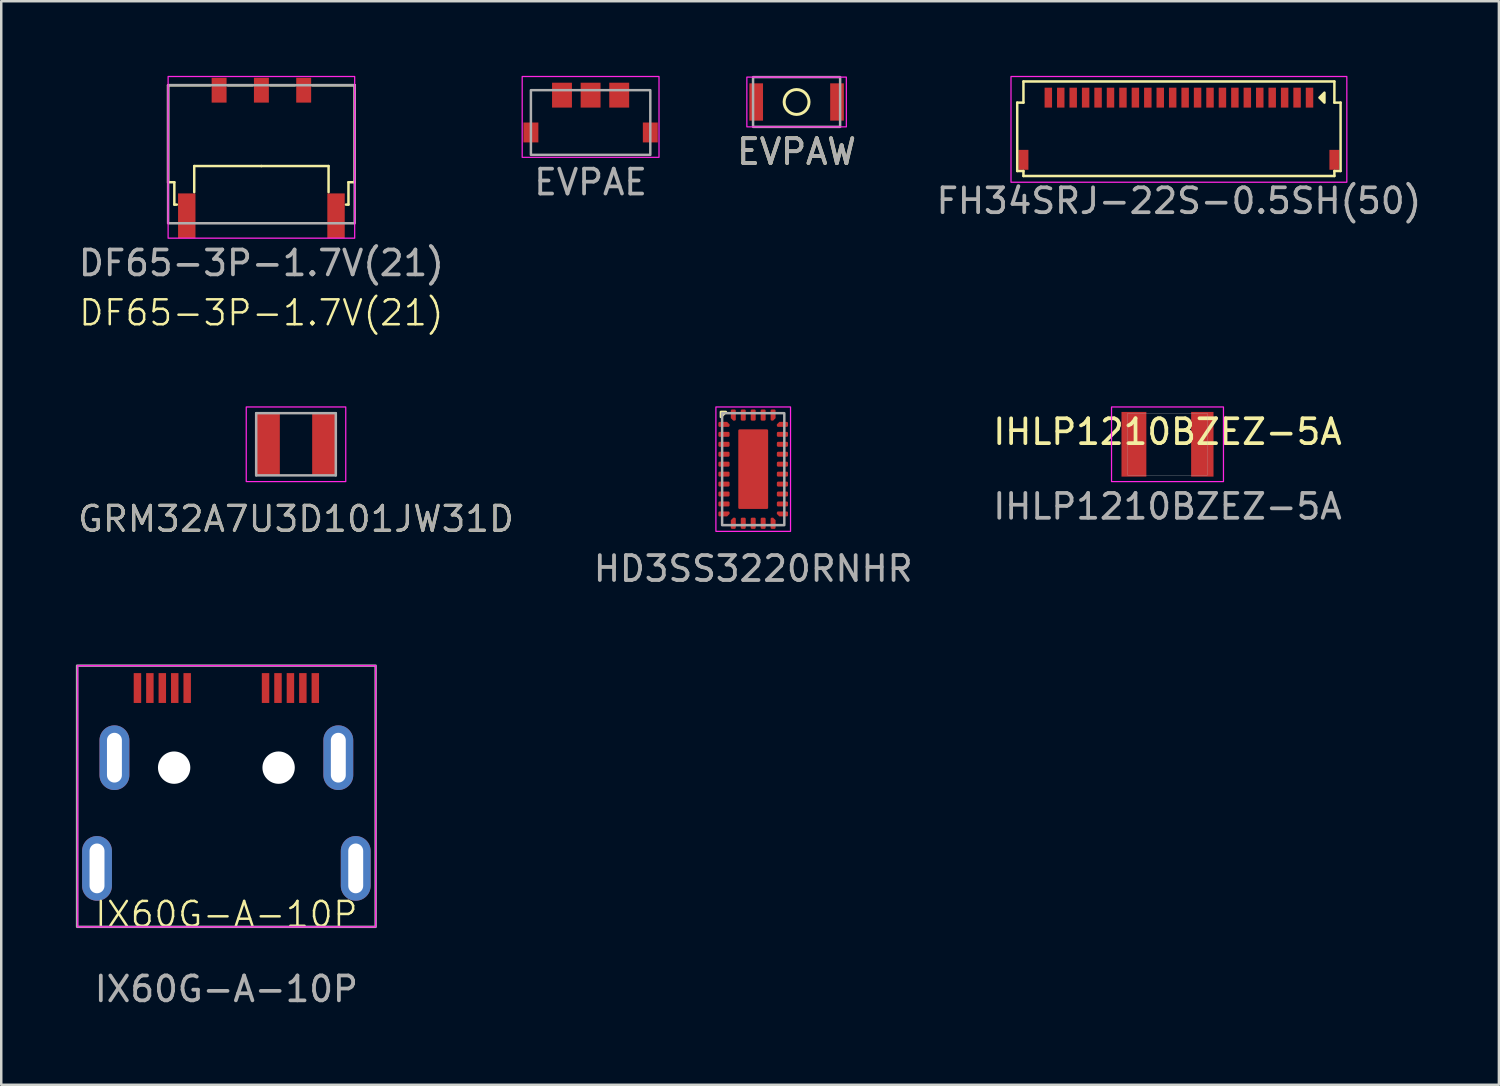
<source format=kicad_pcb>
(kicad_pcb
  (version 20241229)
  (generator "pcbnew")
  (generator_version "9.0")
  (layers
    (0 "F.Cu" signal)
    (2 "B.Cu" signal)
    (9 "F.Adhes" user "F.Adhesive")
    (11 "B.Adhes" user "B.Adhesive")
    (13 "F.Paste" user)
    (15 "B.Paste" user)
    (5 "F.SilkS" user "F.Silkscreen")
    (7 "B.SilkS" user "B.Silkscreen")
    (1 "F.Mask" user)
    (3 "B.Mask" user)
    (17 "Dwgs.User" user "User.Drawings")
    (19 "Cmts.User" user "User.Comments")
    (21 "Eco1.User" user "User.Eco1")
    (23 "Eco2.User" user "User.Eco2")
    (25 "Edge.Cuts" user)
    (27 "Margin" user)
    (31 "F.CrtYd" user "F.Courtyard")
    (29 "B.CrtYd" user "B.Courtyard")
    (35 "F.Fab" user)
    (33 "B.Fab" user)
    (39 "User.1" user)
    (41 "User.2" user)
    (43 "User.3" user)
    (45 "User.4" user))
  (footprint "GRM32A7U3D101JW31D"
    (layer "F.Cu")
    (at 8.849 14.81)
    (property "Reference" "GRM32A7U3D101JW31D" (at 0 3 0) (layer "F.SilkS") (effects (font (size 1 1) (thickness 0.125))))
    (attr smd)
    (fp_rect (start -2 -1.5) (end 2 1.5) (stroke (width 0.05) (type default)) (fill no) (layer "F.CrtYd"))
    (fp_line (start -1.6 -1.25) (end 1.6 -1.25) (stroke (width 0.1) (type solid)) (layer "F.Fab"))
    (fp_line (start -1.6 1.25) (end -1.6 -1.25) (stroke (width 0.1) (type solid)) (layer "F.Fab"))
    (fp_line (start 1.6 -1.25) (end 1.6 1.25) (stroke (width 0.1) (type solid)) (layer "F.Fab"))
    (fp_line (start 1.6 1.25) (end -1.6 1.25) (stroke (width 0.1) (type solid)) (layer "F.Fab"))
    (fp_text user "${REFERENCE}" (at 0 3 0) (layer "F.Fab") (effects (font (size 1 1) (thickness 0.125))))
    (pad "1" smd rect (at -1.15 0) (size 1 2.5) (layers "F.Cu" "F.Mask" "F.Paste"))
    (pad "2" smd rect (at 1.15 0) (size 1 2.5) (layers "F.Cu" "F.Mask" "F.Paste")))
  (footprint "FH34SRJ-22S-0.5SH(50)"
    (layer "F.Cu")
    (at 44.342 4.025)
    (property "Reference" "FH34SRJ-22S-0.5SH(50)" (at 0 1 0) (unlocked yes) (layer "F.SilkS") (effects (font (size 1 1) (thickness 0.1))))
    (attr smd)
    (fp_line (start -6.5 -2.95) (end -6.5 -0.2) (stroke (width 0.1) (type default)) (layer "F.SilkS"))
    (fp_line (start -6.25 -3.8) (end -6.25 -2.95) (stroke (width 0.1) (type default)) (layer "F.SilkS"))
    (fp_line (start -6.25 -3.8) (end 6.25 -3.8) (stroke (width 0.1) (type default)) (layer "F.SilkS"))
    (fp_line (start -6.25 -2.95) (end -6.5 -2.95) (stroke (width 0.1) (type default)) (layer "F.SilkS"))
    (fp_line (start -6.25 -0.2) (end -6.5 -0.2) (stroke (width 0.1) (type default)) (layer "F.SilkS"))
    (fp_line (start -6.25 -0.2) (end -6.25 0) (stroke (width 0.1) (type default)) (layer "F.SilkS"))
    (fp_line (start -6.25 0) (end 6.25 0) (stroke (width 0.1) (type default)) (layer "F.SilkS"))
    (fp_line (start 6.25 -3.8) (end 6.25 -2.95) (stroke (width 0.1) (type default)) (layer "F.SilkS"))
    (fp_line (start 6.25 -2.95) (end 6.5 -2.95) (stroke (width 0.1) (type default)) (layer "F.SilkS"))
    (fp_line (start 6.25 -0.2) (end 6.5 -0.2) (stroke (width 0.1) (type default)) (layer "F.SilkS"))
    (fp_line (start 6.25 0) (end 6.25 -0.2) (stroke (width 0.1) (type default)) (layer "F.SilkS"))
    (fp_line (start 6.5 -2.95) (end 6.5 -0.2) (stroke (width 0.1) (type default)) (layer "F.SilkS"))
    (fp_poly (pts (xy 5.85 -2.95) (xy 5.65 -3.15) (xy 5.85 -3.35)) (stroke (width 0.1) (type solid)) (fill yes) (layer "F.SilkS"))
    (fp_rect (start -6.75 -4) (end 6.75 0.25) (stroke (width 0.05) (type default)) (fill no) (layer "F.CrtYd"))
    (fp_rect (start -6.5 -3.8) (end 6.5 0) (stroke (width 0.1) (type default)) (fill no) (layer "User.1"))
    (fp_text user "${REFERENCE}" (at 0 1 0) (unlocked yes) (layer "F.Fab") (effects (font (size 1 1) (thickness 0.15))))
    (pad "1" smd rect (at 5.25 -3.15 180) (size 0.3 0.8) (layers "F.Cu" "F.Mask" "F.Paste"))
    (pad "2" smd rect (at 4.75 -3.15 180) (size 0.3 0.8) (layers "F.Cu" "F.Mask" "F.Paste"))
    (pad "3" smd rect (at 4.25 -3.15 180) (size 0.3 0.8) (layers "F.Cu" "F.Mask" "F.Paste"))
    (pad "4" smd rect (at 3.75 -3.15 180) (size 0.3 0.8) (layers "F.Cu" "F.Mask" "F.Paste"))
    (pad "5" smd rect (at 3.25 -3.15 180) (size 0.3 0.8) (layers "F.Cu" "F.Mask" "F.Paste"))
    (pad "6" smd rect (at 2.75 -3.15 180) (size 0.3 0.8) (layers "F.Cu" "F.Mask" "F.Paste"))
    (pad "7" smd rect (at 2.25 -3.15 180) (size 0.3 0.8) (layers "F.Cu" "F.Mask" "F.Paste"))
    (pad "8" smd rect (at 1.75 -3.15 180) (size 0.3 0.8) (layers "F.Cu" "F.Mask" "F.Paste"))
    (pad "9" smd rect (at 1.25 -3.15 180) (size 0.3 0.8) (layers "F.Cu" "F.Mask" "F.Paste"))
    (pad "10" smd rect (at 0.75 -3.15 180) (size 0.3 0.8) (layers "F.Cu" "F.Mask" "F.Paste"))
    (pad "11" smd rect (at 0.25 -3.15 180) (size 0.3 0.8) (layers "F.Cu" "F.Mask" "F.Paste"))
    (pad "12" smd rect (at -0.25 -3.15 180) (size 0.3 0.8) (layers "F.Cu" "F.Mask" "F.Paste"))
    (pad "13" smd rect (at -0.75 -3.15 180) (size 0.3 0.8) (layers "F.Cu" "F.Mask" "F.Paste"))
    (pad "14" smd rect (at -1.25 -3.15 180) (size 0.3 0.8) (layers "F.Cu" "F.Mask" "F.Paste"))
    (pad "15" smd rect (at -1.75 -3.15 180) (size 0.3 0.8) (layers "F.Cu" "F.Mask" "F.Paste"))
    (pad "16" smd rect (at -2.25 -3.15 180) (size 0.3 0.8) (layers "F.Cu" "F.Mask" "F.Paste"))
    (pad "17" smd rect (at -2.75 -3.15 180) (size 0.3 0.8) (layers "F.Cu" "F.Mask" "F.Paste"))
    (pad "18" smd rect (at -3.25 -3.15 180) (size 0.3 0.8) (layers "F.Cu" "F.Mask" "F.Paste"))
    (pad "19" smd rect (at -3.75 -3.15 180) (size 0.3 0.8) (layers "F.Cu" "F.Mask" "F.Paste"))
    (pad "20" smd rect (at -4.25 -3.15 180) (size 0.3 0.8) (layers "F.Cu" "F.Mask" "F.Paste"))
    (pad "21" smd rect (at -4.75 -3.15 180) (size 0.3 0.8) (layers "F.Cu" "F.Mask" "F.Paste"))
    (pad "22" smd rect (at -5.25 -3.15 180) (size 0.3 0.8) (layers "F.Cu" "F.Mask" "F.Paste"))
    (pad "MP" smd rect (at -6.25 -0.65) (size 0.4 0.8) (layers "F.Cu" "F.Mask" "F.Paste"))
    (pad "MP" smd rect (at 6.25 -0.65) (size 0.4 0.8) (layers "F.Cu" "F.Mask" "F.Paste")))
  (footprint "HD3SS3220RNHR"
    (layer "F.Cu")
    (at 27.229 15.81)
    (property "Reference" "HD3SS3220RNHR" (at 0 4 0) (unlocked yes) (layer "F.SilkS") (effects (font (size 1 1) (thickness 0.1))))
    (attr smd)
    (fp_poly (pts (xy -1.3 -2.3) (xy -1.1 -2.3) (xy -1.3 -2.1)) (stroke (width 0.1) (type solid)) (fill yes) (layer "F.SilkS"))
    (fp_rect (start -1.5 -2.5) (end 1.5 2.5) (stroke (width 0.05) (type default)) (fill no) (layer "F.CrtYd"))
    (fp_rect (start -1.25 -2.25) (end 1.25 2.25) (stroke (width 0.1) (type default)) (fill no) (layer "F.Fab"))
    (fp_text user "${REFERENCE}" (at 0 4 0) (unlocked yes) (layer "F.Fab") (effects (font (size 1 1) (thickness 0.15))))
    (pad "1" smd roundrect (at -1.175 -1.8) (size 0.45 0.2) (layers "F.Cu" "F.Mask" "F.Paste") (roundrect_rratio 0.25) (chamfer_ratio 0.5) (chamfer top_right))
    (pad "2" smd roundrect (at -1.175 -1.4) (size 0.45 0.2) (layers "F.Cu" "F.Mask" "F.Paste") (roundrect_rratio 0.25))
    (pad "3" smd roundrect (at -1.175 -1) (size 0.45 0.2) (layers "F.Cu" "F.Mask" "F.Paste") (roundrect_rratio 0.25))
    (pad "4" smd roundrect (at -1.175 -0.6) (size 0.45 0.2) (layers "F.Cu" "F.Mask" "F.Paste") (roundrect_rratio 0.25))
    (pad "5" smd roundrect (at -1.175 -0.2) (size 0.45 0.2) (layers "F.Cu" "F.Mask" "F.Paste") (roundrect_rratio 0.25))
    (pad "6" smd roundrect (at -1.175 0.2) (size 0.45 0.2) (layers "F.Cu" "F.Mask" "F.Paste") (roundrect_rratio 0.25))
    (pad "7" smd roundrect (at -1.175 0.6) (size 0.45 0.2) (layers "F.Cu" "F.Mask" "F.Paste") (roundrect_rratio 0.25))
    (pad "8" smd roundrect (at -1.175 1) (size 0.45 0.2) (layers "F.Cu" "F.Mask" "F.Paste") (roundrect_rratio 0.25))
    (pad "9" smd roundrect (at -1.175 1.4) (size 0.45 0.2) (layers "F.Cu" "F.Mask" "F.Paste") (roundrect_rratio 0.25))
    (pad "10" smd roundrect (at -1.175 1.8) (size 0.45 0.2) (layers "F.Cu" "F.Mask" "F.Paste") (roundrect_rratio 0.25) (chamfer_ratio 0.5) (chamfer bottom_right))
    (pad "11" smd roundrect (at -0.8 2.175 90) (size 0.45 0.2) (layers "F.Cu" "F.Mask" "F.Paste") (roundrect_rratio 0.25) (chamfer_ratio 0.5) (chamfer top_right))
    (pad "12" smd roundrect (at -0.4 2.175 90) (size 0.45 0.2) (layers "F.Cu" "F.Mask" "F.Paste") (roundrect_rratio 0.25))
    (pad "13" smd roundrect (at 0 2.175 90) (size 0.45 0.2) (layers "F.Cu" "F.Mask" "F.Paste") (roundrect_rratio 0.25))
    (pad "14" smd roundrect (at 0.4 2.175 90) (size 0.45 0.2) (layers "F.Cu" "F.Mask" "F.Paste") (roundrect_rratio 0.25))
    (pad "15" smd roundrect (at 0.8 2.175 90) (size 0.45 0.2) (layers "F.Cu" "F.Mask" "F.Paste") (roundrect_rratio 0.25) (chamfer_ratio 0.5) (chamfer bottom_right))
    (pad "16" smd roundrect (at 1.175 1.8) (size 0.45 0.2) (layers "F.Cu" "F.Mask" "F.Paste") (roundrect_rratio 0.25) (chamfer_ratio 0.5) (chamfer bottom_left))
    (pad "17" smd roundrect (at 1.175 1.4) (size 0.45 0.2) (layers "F.Cu" "F.Mask" "F.Paste") (roundrect_rratio 0.25))
    (pad "18" smd roundrect (at 1.175 1) (size 0.45 0.2) (layers "F.Cu" "F.Mask" "F.Paste") (roundrect_rratio 0.25))
    (pad "19" smd roundrect (at 1.175 0.6) (size 0.45 0.2) (layers "F.Cu" "F.Mask" "F.Paste") (roundrect_rratio 0.25))
    (pad "20" smd roundrect (at 1.175 0.2) (size 0.45 0.2) (layers "F.Cu" "F.Mask" "F.Paste") (roundrect_rratio 0.25))
    (pad "21" smd roundrect (at 1.175 -0.2) (size 0.45 0.2) (layers "F.Cu" "F.Mask" "F.Paste") (roundrect_rratio 0.25))
    (pad "22" smd roundrect (at 1.175 -0.6) (size 0.45 0.2) (layers "F.Cu" "F.Mask" "F.Paste") (roundrect_rratio 0.25))
    (pad "23" smd roundrect (at 1.175 -1) (size 0.45 0.2) (layers "F.Cu" "F.Mask" "F.Paste") (roundrect_rratio 0.25))
    (pad "24" smd roundrect (at 1.175 -1.4) (size 0.45 0.2) (layers "F.Cu" "F.Mask" "F.Paste") (roundrect_rratio 0.25))
    (pad "25" smd roundrect (at 1.175 -1.8) (size 0.45 0.2) (layers "F.Cu" "F.Mask" "F.Paste") (roundrect_rratio 0.25) (chamfer_ratio 0.5) (chamfer top_left))
    (pad "26" smd roundrect (at 0.8 -2.175 90) (size 0.45 0.2) (layers "F.Cu" "F.Mask" "F.Paste") (roundrect_rratio 0.25) (chamfer_ratio 0.5) (chamfer bottom_left))
    (pad "27" smd roundrect (at 0.4 -2.175 90) (size 0.45 0.2) (layers "F.Cu" "F.Mask" "F.Paste") (roundrect_rratio 0.25))
    (pad "28" smd roundrect (at 0 -2.175 90) (size 0.45 0.2) (layers "F.Cu" "F.Mask" "F.Paste") (roundrect_rratio 0.25))
    (pad "29" smd roundrect (at -0.4 -2.175 90) (size 0.45 0.2) (layers "F.Cu" "F.Mask" "F.Paste") (roundrect_rratio 0.25))
    (pad "30" smd roundrect (at -0.8 -2.175 90) (size 0.45 0.2) (layers "F.Cu" "F.Mask" "F.Paste") (roundrect_rratio 0.25) (chamfer_ratio 0.5) (chamfer top_left))
    (pad "31" smd roundrect (at 0 0) (size 1.2 3.2) (layers "F.Cu" "F.Mask" "F.Paste") (roundrect_rratio 0.042)))
  (footprint "EVPAW"
    (layer "F.Cu")
    (at 28.973 1.05)
    (property "Reference" "EVPAW" (at 0 2 0) (unlocked yes) (layer "F.SilkS") (effects (font (size 1 1) (thickness 0.15))))
    (attr smd)
    (fp_circle (center 0 0) (end 0.5 0) (stroke (width 0.12) (type solid)) (fill no) (layer "F.SilkS"))
    (fp_rect (start -2 -1) (end 2 1) (stroke (width 0.05) (type default)) (fill no) (layer "F.CrtYd"))
    (fp_rect (start -1.75 -1) (end 1.75 1) (stroke (width 0.1) (type solid)) (fill no) (layer "F.Fab"))
    (fp_text user "${REFERENCE}" (at 0 2 0) (unlocked yes) (layer "F.Fab") (effects (font (size 1 1) (thickness 0.15))))
    (pad "1" smd rect (at -1.625 0) (size 0.55 1.5) (layers "F.Cu" "F.Mask" "F.Paste"))
    (pad "2" smd rect (at 1.625 0) (size 0.55 1.5) (layers "F.Cu" "F.Mask" "F.Paste")))
  (footprint "DF65-3P-1.7V(21)"
    (layer "F.Cu")
    (at 7.458 6.525)
    (property "Reference" "DF65-3P-1.7V(21)" (at 0 3 0) (unlocked yes) (layer "F.SilkS") (effects (font (size 1 1) (thickness 0.1))))
    (attr smd)
    (fp_line (start -3.75 -6.15) (end -3.75 -2.25) (stroke (width 0.1) (type default)) (layer "F.SilkS"))
    (fp_line (start -3.5 -2.25) (end -3.75 -2.25) (stroke (width 0.1) (type default)) (layer "F.SilkS"))
    (fp_line (start -3.5 -1.35) (end -3.5 -2.25) (stroke (width 0.1) (type default)) (layer "F.SilkS"))
    (fp_line (start -3.5 -1.35) (end -3.4 -1.35) (stroke (width 0.1) (type default)) (layer "F.SilkS"))
    (fp_line (start -2.7 -1.85) (end -2.7 -2.9) (stroke (width 0.1) (type default)) (layer "F.SilkS"))
    (fp_line (start -2.05 -6.15) (end -3.75 -6.15) (stroke (width 0.1) (type default)) (layer "F.SilkS"))
    (fp_line (start -0.35 -6.15) (end -1.35 -6.15) (stroke (width 0.1) (type default)) (layer "F.SilkS"))
    (fp_line (start 0 -2.9) (end -2.7 -2.9) (stroke (width 0.1) (type default)) (layer "F.SilkS"))
    (fp_line (start 0 -2.9) (end 2.7 -2.9) (stroke (width 0.1) (type default)) (layer "F.SilkS"))
    (fp_line (start 1.35 -6.15) (end 0.35 -6.15) (stroke (width 0.1) (type default)) (layer "F.SilkS"))
    (fp_line (start 2.05 -6.15) (end 3.75 -6.15) (stroke (width 0.1) (type default)) (layer "F.SilkS"))
    (fp_line (start 2.7 -1.85) (end 2.7 -2.9) (stroke (width 0.1) (type default)) (layer "F.SilkS"))
    (fp_line (start 3.5 -2.25) (end 3.75 -2.25) (stroke (width 0.1) (type default)) (layer "F.SilkS"))
    (fp_line (start 3.5 -1.35) (end 3.4 -1.35) (stroke (width 0.1) (type default)) (layer "F.SilkS"))
    (fp_line (start 3.5 -1.35) (end 3.5 -2.25) (stroke (width 0.1) (type default)) (layer "F.SilkS"))
    (fp_line (start 3.75 -6.15) (end 3.75 -2.25) (stroke (width 0.1) (type default)) (layer "F.SilkS"))
    (fp_rect (start -3.75 -6.5) (end 3.75 0) (stroke (width 0.05) (type default)) (fill no) (layer "F.CrtYd"))
    (fp_rect (start -3.75 -6.15) (end 3.75 -0.6) (stroke (width 0.1) (type default)) (fill no) (layer "F.Fab"))
    (fp_text user "${REFERENCE}" (at 0 1 0) (unlocked yes) (layer "F.Fab") (effects (font (size 1 1) (thickness 0.15))))
    (pad "1" smd rect (at -1.7 -5.95) (size 0.6 1) (layers "F.Cu" "F.Mask" "F.Paste"))
    (pad "2" smd rect (at 0 -5.95) (size 0.6 1) (layers "F.Cu" "F.Mask" "F.Paste"))
    (pad "3" smd rect (at 1.7 -5.95) (size 0.6 1) (layers "F.Cu" "F.Mask" "F.Paste"))
    (pad "MP" smd rect (at -3 -0.9) (size 0.7 1.8) (layers "F.Cu" "F.Mask" "F.Paste"))
    (pad "MP" smd rect (at 3 -0.9) (size 0.7 1.8) (layers "F.Cu" "F.Mask" "F.Paste")))
  (footprint "IHLP1210BZEZ-5A"
    (layer "F.Cu")
    (at 43.883 14.81)
    (property "Reference" "IHLP1210BZEZ-5A" (at 0 -0.5 0) (unlocked yes) (layer "F.SilkS") (effects (font (size 1 1) (thickness 0.15))))
    (attr smd)
    (fp_rect (start -2.25 -1.5) (end 2.25 1.5) (stroke (width 0.05) (type default)) (fill no) (layer "F.CrtYd"))
    (fp_rect (start -1.6 -1.25) (end 1.6 1.25) (stroke (width 0.01) (type default)) (fill no) (layer "F.Fab"))
    (fp_text user "${REFERENCE}" (at 0 2.5 0) (unlocked yes) (layer "F.Fab") (effects (font (size 1 1) (thickness 0.15))))
    (pad "1" smd rect (at -1.35 0) (size 1 2.6) (layers "F.Cu" "F.Mask" "F.Paste"))
    (pad "2" smd rect (at 1.4 0) (size 0.9 2.6) (layers "F.Cu" "F.Mask" "F.Paste")))
  (footprint "IX60G-A-10P"
    (layer "F.Cu")
    (at 6.05 34.209)
    (property "Reference" "IX60G-A-10P" (at 0 -0.5 0) (unlocked yes) (layer "F.SilkS") (effects (font (size 1 1) (thickness 0.1))))
    (attr smd)
    (fp_rect (start -5.975 -10.5) (end 6 0) (stroke (width 0.05) (type default)) (fill no) (layer "F.CrtYd"))
    (fp_rect (start -6 -10.5) (end 6 0) (stroke (width 0.1) (type default)) (fill no) (layer "F.Fab"))
    (fp_text user "${REFERENCE}" (at 0 2.5 0) (unlocked yes) (layer "F.Fab") (effects (font (size 1 1) (thickness 0.15))))
    (pad "" np_thru_hole circle (at -2.1 -6.4) (size 1.3 1.3) (drill 1.3) (layers "*.Cu" "*.Mask"))
    (pad "" np_thru_hole circle (at 2.1 -6.4) (size 1.3 1.3) (drill 1.3) (layers "*.Cu" "*.Mask"))
    (pad "1" smd rect (at -1.575 -9.6) (size 0.3 1.2) (layers "F.Cu" "F.Mask" "F.Paste"))
    (pad "2" smd rect (at -2.075 -9.6) (size 0.3 1.2) (layers "F.Cu" "F.Mask" "F.Paste"))
    (pad "3" smd rect (at -2.575 -9.6) (size 0.3 1.2) (layers "F.Cu" "F.Mask" "F.Paste"))
    (pad "4" smd rect (at -3.075 -9.6) (size 0.3 1.2) (layers "F.Cu" "F.Mask" "F.Paste"))
    (pad "5" smd rect (at -3.575 -9.6) (size 0.3 1.2) (layers "F.Cu" "F.Mask" "F.Paste"))
    (pad "6" smd rect (at 1.575 -9.6) (size 0.3 1.2) (layers "F.Cu" "F.Mask" "F.Paste"))
    (pad "7" smd rect (at 2.075 -9.6) (size 0.3 1.2) (layers "F.Cu" "F.Mask" "F.Paste"))
    (pad "8" smd rect (at 2.575 -9.6) (size 0.3 1.2) (layers "F.Cu" "F.Mask" "F.Paste"))
    (pad "9" smd rect (at 3.075 -9.6) (size 0.3 1.2) (layers "F.Cu" "F.Mask" "F.Paste"))
    (pad "10" smd rect (at 3.575 -9.6) (size 0.3 1.2) (layers "F.Cu" "F.Mask" "F.Paste"))
    (pad "MP" thru_hole oval (at -5.2 -2.35) (size 1.2 2.6) (drill oval 0.6 2) (layers "*.Cu" "*.Mask"))
    (pad "MP" thru_hole oval (at -4.5 -6.8) (size 1.2 2.6) (drill oval 0.6 2) (layers "*.Cu" "*.Mask"))
    (pad "MP" thru_hole oval (at 4.5 -6.8) (size 1.2 2.6) (drill oval 0.6 2) (layers "*.Cu" "*.Mask"))
    (pad "MP" thru_hole oval (at 5.2 -2.35) (size 1.2 2.6) (drill oval 0.6 2) (layers "*.Cu" "*.Mask")))
  (footprint "EVPAE"
    (layer "F.Cu")
    (at 20.692 3.275)
    (property "Reference" "EVPAE" (at 0 3 0) (unlocked yes) (layer "User.1") (effects (font (size 1 1) (thickness 0.1))))
    (attr smd)
    (fp_rect (start -2.75 -3.25) (end 2.75 0) (stroke (width 0.05) (type default)) (fill no) (layer "F.CrtYd"))
    (fp_rect (start -2.4 -2.7) (end 2.4 -0.1) (stroke (width 0.1) (type default)) (fill no) (layer "F.Fab"))
    (fp_line (start -1.85 0) (end -2.4 0) (stroke (width 0.1) (type default)) (layer "User.2"))
    (fp_line (start -1.85 0) (end -1.85 -1.5) (stroke (width 0.1) (type default)) (layer "User.2"))
    (fp_line (start -1.55 -1.8) (end 1.55 -1.8) (stroke (width 0.1) (type default)) (layer "User.2"))
    (fp_line (start 1.85 -1.5) (end 1.85 0) (stroke (width 0.1) (type default)) (layer "User.2"))
    (fp_line (start 2.4 0) (end 1.85 0) (stroke (width 0.1) (type default)) (layer "User.2"))
    (fp_arc (start -1.85 -1.5) (mid -1.762132 -1.712132) (end -1.55 -1.8) (stroke (width 0.1) (type default)) (layer "User.2"))
    (fp_arc (start 1.55 -1.8) (mid 1.762132 -1.712132) (end 1.85 -1.5) (stroke (width 0.1) (type default)) (layer "User.2"))
    (fp_text user "${REFERENCE}" (at 0 1 0) (unlocked yes) (layer "F.Fab") (effects (font (size 1 1) (thickness 0.15))))
    (pad "1" smd rect (at -1.15 -2.5) (size 0.8 1) (layers "F.Cu" "F.Mask" "F.Paste"))
    (pad "1" smd rect (at 1.15 -2.5) (size 0.8 1) (layers "F.Cu" "F.Mask" "F.Paste"))
    (pad "2" smd rect (at 0 -2.5) (size 0.8 1) (layers "F.Cu" "F.Mask" "F.Paste"))
    (pad "MP1" smd rect (at -2.4 -1) (size 0.6 0.8) (layers "F.Cu" "F.Mask" "F.Paste"))
    (pad "MP2" smd rect (at 2.4 -1) (size 0.6 0.8) (layers "F.Cu" "F.Mask" "F.Paste")))
  (gr_rect
    (start -3 -3)
    (end 57.205 40.557)
    (stroke (width 0.1) (type default))
    (fill no)
    (layer "Edge.Cuts")))
</source>
